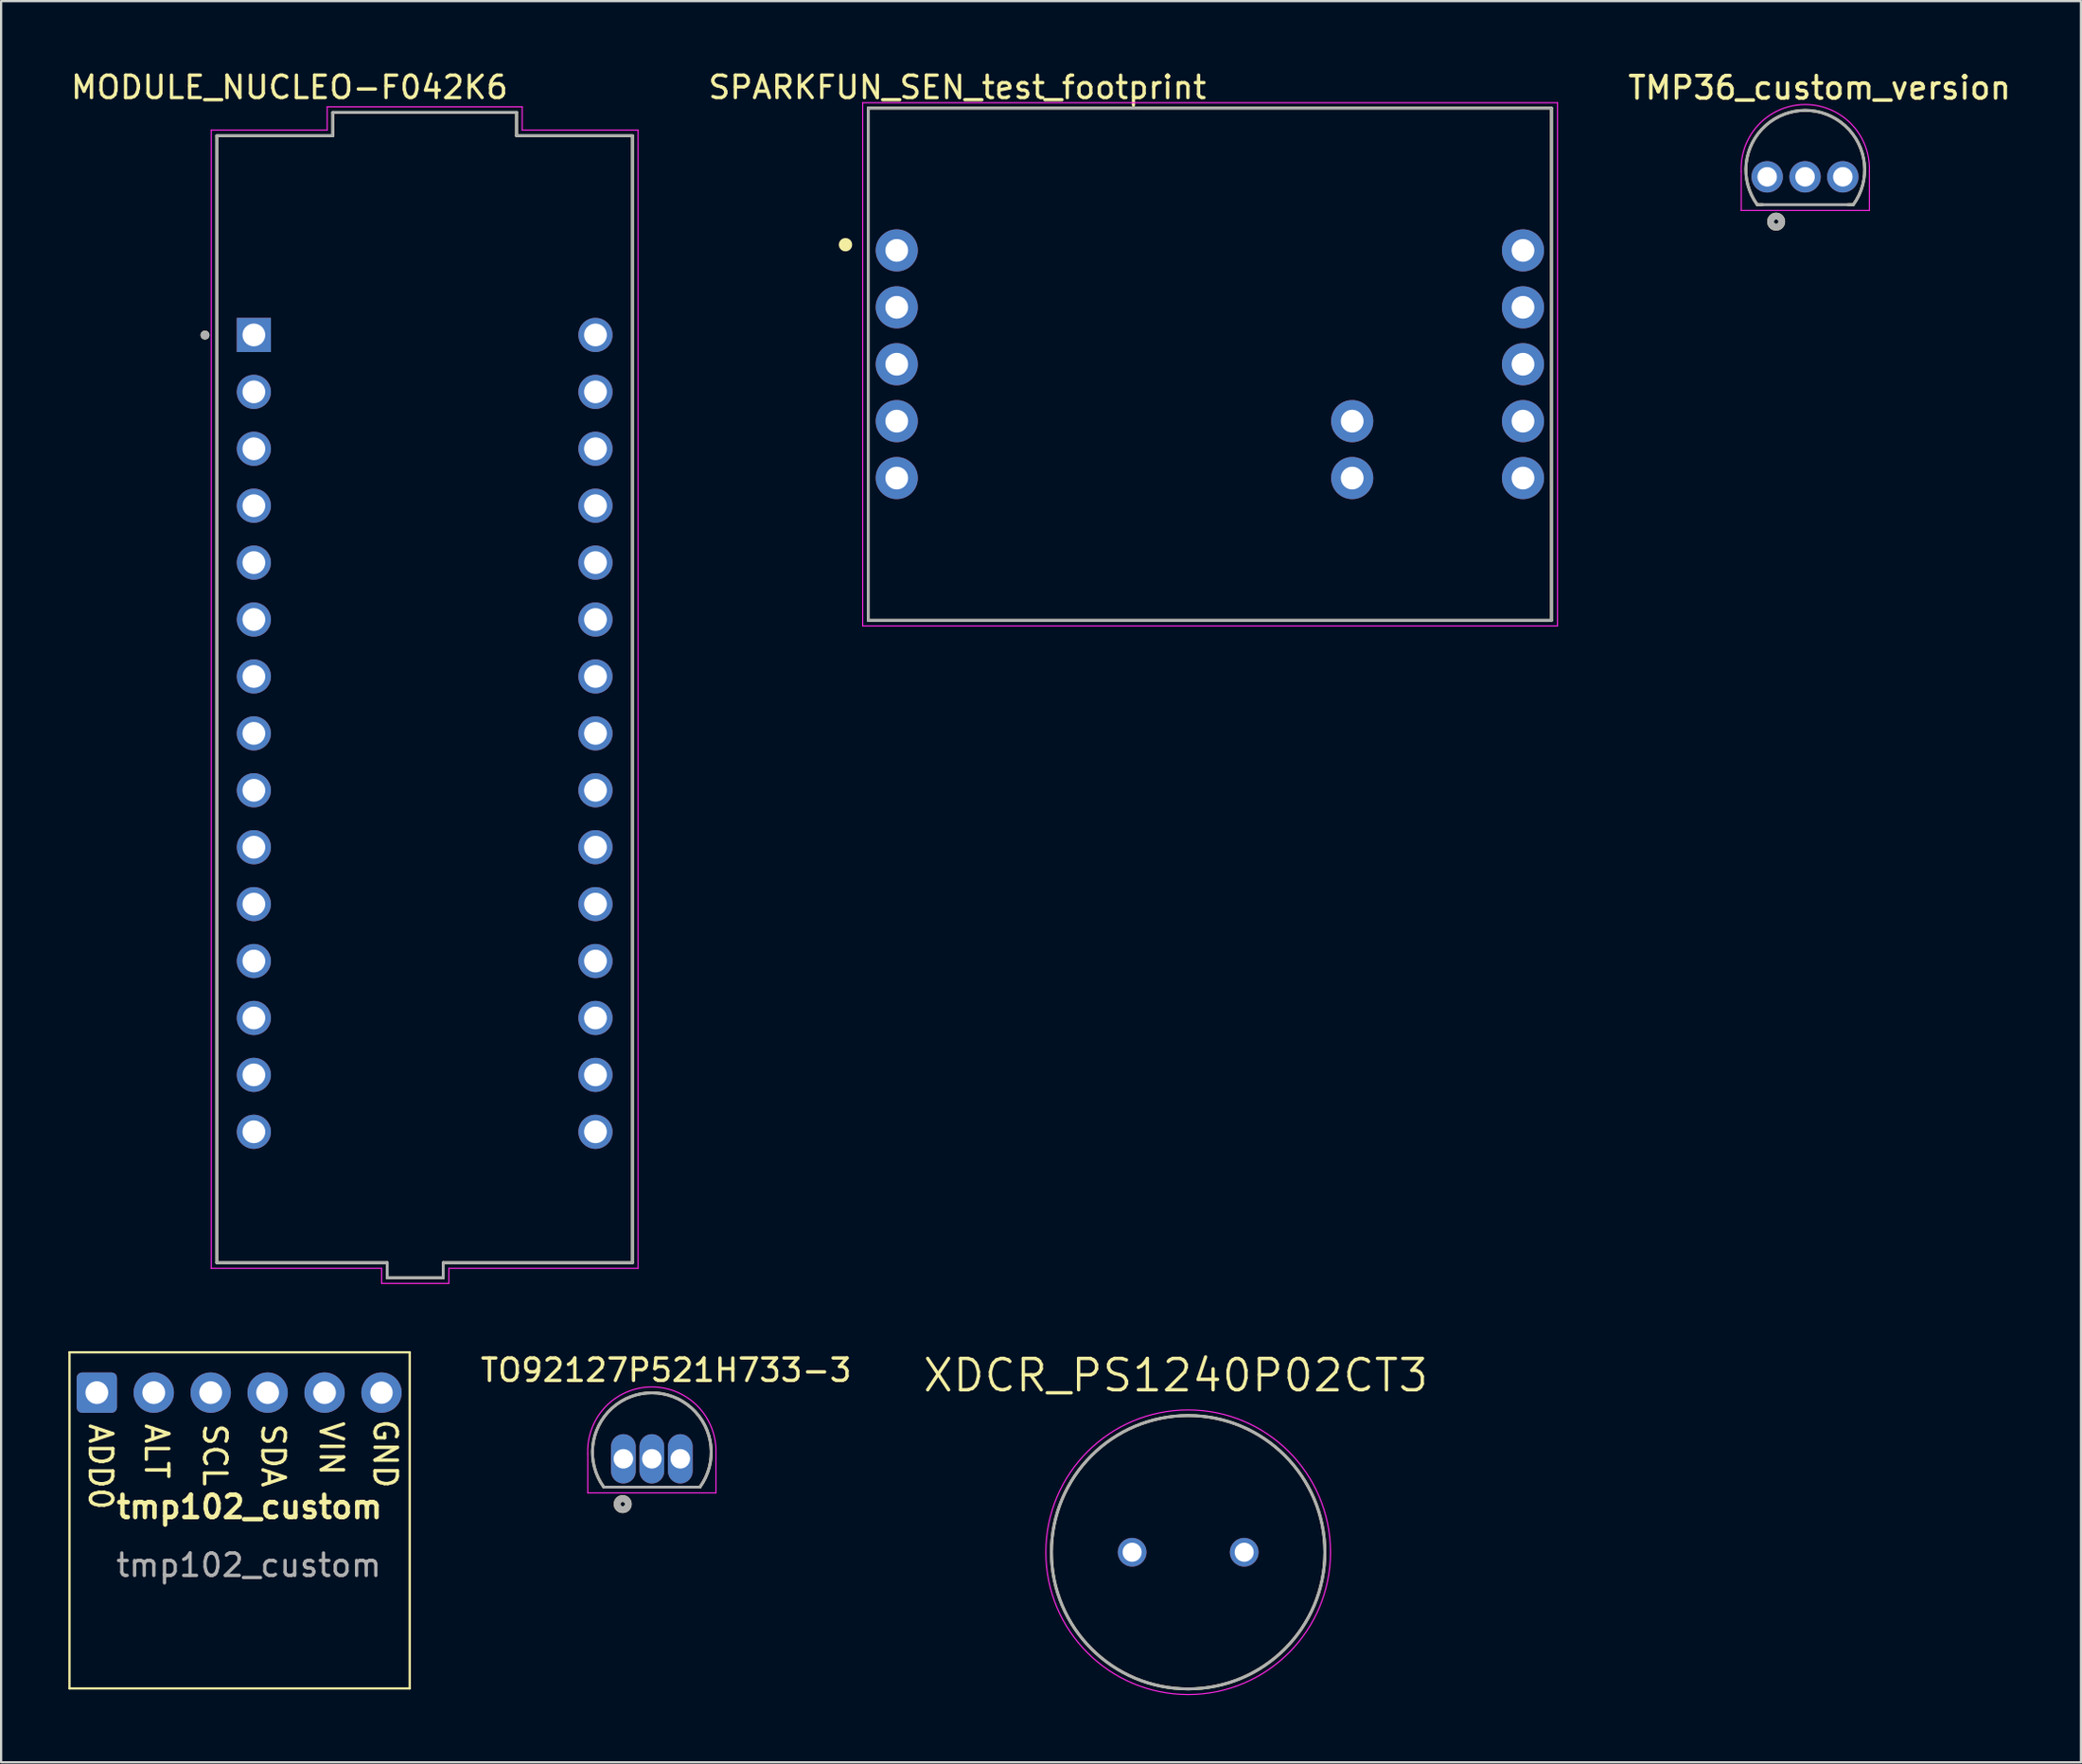
<source format=kicad_pcb>
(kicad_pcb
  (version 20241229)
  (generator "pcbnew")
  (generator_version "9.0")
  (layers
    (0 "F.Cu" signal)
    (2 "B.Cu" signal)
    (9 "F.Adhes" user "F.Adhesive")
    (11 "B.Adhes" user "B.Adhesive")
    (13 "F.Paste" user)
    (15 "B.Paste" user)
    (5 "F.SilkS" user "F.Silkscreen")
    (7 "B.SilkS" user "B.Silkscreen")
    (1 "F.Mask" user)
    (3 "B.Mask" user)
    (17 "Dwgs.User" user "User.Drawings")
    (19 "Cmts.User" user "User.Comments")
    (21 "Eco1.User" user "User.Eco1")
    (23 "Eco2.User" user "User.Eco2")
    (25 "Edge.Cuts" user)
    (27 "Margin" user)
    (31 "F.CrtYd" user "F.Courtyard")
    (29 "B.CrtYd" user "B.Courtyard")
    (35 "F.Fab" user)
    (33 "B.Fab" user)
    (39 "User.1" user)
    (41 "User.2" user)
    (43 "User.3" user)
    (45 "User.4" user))
  (footprint "TMP36_custom_version"
    (layer "F.Cu")
    (at 77.492 4.041)
    (property "Reference" "TMP36_custom_version" (at 0.635 -3.175 0) (layer "F.SilkS") (effects (font (size 1 1) (thickness 0.16))))
    (attr through_hole)
    (fp_line (start -2.144 2.043) (end -1.9 2.043) (stroke (width 0.127) (type solid)) (layer "F.SilkS"))
    (fp_line (start 1.906 2.043) (end 2.144 2.043) (stroke (width 0.127) (type solid)) (layer "F.SilkS"))
    (fp_arc (start -2.144 2.043) (mid 0 -2.164837) (end 2.144 2.043) (stroke (width 0.127) (type solid)) (layer "F.SilkS"))
    (fp_circle (center -1.3 2.8) (end -1.2 2.8) (stroke (width 0.3) (type solid)) (fill no) (layer "F.SilkS"))
    (fp_line (start -2.86 2.3) (end -2.86 0.563) (stroke (width 0.05) (type solid)) (layer "F.CrtYd"))
    (fp_line (start -2.86 2.3) (end 2.86 2.3) (stroke (width 0.05) (type solid)) (layer "F.CrtYd"))
    (fp_line (start 2.86 2.3) (end 2.86 0.563) (stroke (width 0.05) (type solid)) (layer "F.CrtYd"))
    (fp_arc (start -2.86 0.560001) (mid 0 -2.427595) (end 2.86 0.56) (stroke (width 0.05) (type solid)) (layer "F.CrtYd"))
    (fp_line (start -2.144 2.043) (end 2.144 2.043) (stroke (width 0.127) (type solid)) (layer "F.Fab"))
    (fp_arc (start -2.144 2.043) (mid 0 -2.164837) (end 2.144 2.043) (stroke (width 0.127) (type solid)) (layer "F.Fab"))
    (fp_circle (center -1.3 2.8) (end -1.2 2.8) (stroke (width 0.3) (type solid)) (fill no) (layer "F.Fab"))
    (pad "1" thru_hole circle (at -1.7 0.8) (size 1.4 1.4) (drill 0.87) (layers "*.Cu" "*.Mask"))
    (pad "2" thru_hole circle (at -0.01 0.8) (size 1.4 1.4) (drill 0.87) (layers "*.Cu" "*.Mask"))
    (pad "3" thru_hole circle (at 1.675 0.8) (size 1.4 1.4) (drill 0.87) (layers "*.Cu" "*.Mask")))
  (footprint "XDCR_PS1240P02CT3"
    (layer "F.Cu")
    (at 49.96 66.219)
    (property "Reference" "XDCR_PS1240P02CT3" (at -0.555 -7.889 0) (layer "F.SilkS") (effects (font (size 1.4 1.4) (thickness 0.15))))
    (attr through_hole)
    (fp_circle (center 0 0) (end 6.1 0) (stroke (width 0.127) (type solid)) (fill no) (layer "F.SilkS"))
    (fp_circle (center 0 0) (end 6.35 0) (stroke (width 0.05) (type solid)) (fill no) (layer "F.CrtYd"))
    (fp_circle (center 0 0) (end 6.1 0) (stroke (width 0.127) (type solid)) (fill no) (layer "F.Fab"))
    (pad "1" thru_hole circle (at -2.5 0) (size 1.28 1.28) (drill 0.85) (layers "*.Cu" "*.Mask"))
    (pad "2" thru_hole circle (at 2.5 0) (size 1.28 1.28) (drill 0.85) (layers "*.Cu" "*.Mask")))
  (footprint "SPARKFUN_SEN_test_footprint"
    (layer "F.Cu")
    (at 50.928 13.204)
    (property "Reference" "SPARKFUN_SEN_test_footprint" (at -11.266 -12.356 0) (layer "F.SilkS") (effects (font (size 1 1) (thickness 0.15))))
    (attr through_hole)
    (fp_line (start -15.24 -11.43) (end 15.24 -11.43) (stroke (width 0.127) (type solid)) (layer "F.SilkS"))
    (fp_line (start -15.24 11.43) (end -15.24 -11.43) (stroke (width 0.127) (type solid)) (layer "F.SilkS"))
    (fp_line (start 15.24 -11.43) (end 15.24 11.43) (stroke (width 0.127) (type solid)) (layer "F.SilkS"))
    (fp_line (start 15.24 11.43) (end -15.24 11.43) (stroke (width 0.127) (type solid)) (layer "F.SilkS"))
    (fp_circle (center -16.256 -5.334) (end -16.106 -5.334) (stroke (width 0.3) (type solid)) (fill no) (layer "F.SilkS"))
    (fp_line (start -15.49 -11.67) (end 15.51 -11.67) (stroke (width 0.05) (type solid)) (layer "F.CrtYd"))
    (fp_line (start -15.49 11.68) (end -15.49 -11.67) (stroke (width 0.05) (type solid)) (layer "F.CrtYd"))
    (fp_line (start 15.51 -11.67) (end 15.51 11.68) (stroke (width 0.05) (type solid)) (layer "F.CrtYd"))
    (fp_line (start 15.51 11.68) (end -15.49 11.68) (stroke (width 0.05) (type solid)) (layer "F.CrtYd"))
    (fp_line (start -15.24 -11.43) (end 15.24 -11.43) (stroke (width 0.127) (type solid)) (layer "F.Fab"))
    (fp_line (start -15.24 11.43) (end -15.24 -11.43) (stroke (width 0.127) (type solid)) (layer "F.Fab"))
    (fp_line (start 15.24 -11.43) (end 15.24 11.43) (stroke (width 0.127) (type solid)) (layer "F.Fab"))
    (fp_line (start 15.24 11.43) (end -15.24 11.43) (stroke (width 0.127) (type solid)) (layer "F.Fab"))
    (pad "1" thru_hole circle (at -13.97 -5.08) (size 1.88 1.88) (drill 1.016) (layers "*.Cu" "*.Mask"))
    (pad "2" thru_hole circle (at -13.97 -2.54) (size 1.88 1.88) (drill 1.016) (layers "*.Cu" "*.Mask"))
    (pad "3" thru_hole circle (at -13.97 0) (size 1.88 1.88) (drill 1.016) (layers "*.Cu" "*.Mask"))
    (pad "4" thru_hole circle (at -13.97 2.54) (size 1.88 1.88) (drill 1.016) (layers "*.Cu" "*.Mask"))
    (pad "5" thru_hole circle (at -13.97 5.08) (size 1.88 1.88) (drill 1.016) (layers "*.Cu" "*.Mask"))
    (pad "6" thru_hole circle (at 13.97 5.08) (size 1.88 1.88) (drill 1.016) (layers "*.Cu" "*.Mask"))
    (pad "7" thru_hole circle (at 13.97 2.54) (size 1.88 1.88) (drill 1.016) (layers "*.Cu" "*.Mask"))
    (pad "8" thru_hole circle (at 13.97 0) (size 1.88 1.88) (drill 1.016) (layers "*.Cu" "*.Mask"))
    (pad "9" thru_hole circle (at 13.97 -2.54) (size 1.88 1.88) (drill 1.016) (layers "*.Cu" "*.Mask"))
    (pad "10" thru_hole circle (at 13.97 -5.08) (size 1.88 1.88) (drill 1.016) (layers "*.Cu" "*.Mask"))
    (pad "11" thru_hole circle (at 6.35 2.54) (size 1.88 1.88) (drill 1.016) (layers "*.Cu" "*.Mask"))
    (pad "12" thru_hole circle (at 6.35 5.08) (size 1.88 1.88) (drill 1.016) (layers "*.Cu" "*.Mask")))
  (footprint "tmp102_custom"
    (layer "F.Cu")
    (at 8.05 64.297)
    (property "Reference" "tmp102_custom" (at 0.03 -0.1 0) (unlocked yes) (layer "F.SilkS") (effects (font (size 1 1) (thickness 0.2) (bold yes))))
    (attr through_hole)
    (fp_line (start -8 -7) (end -8 8) (stroke (width 0.1) (type default)) (layer "F.SilkS"))
    (fp_line (start -8 8) (end 7.18 8) (stroke (width 0.1) (type default)) (layer "F.SilkS"))
    (fp_line (start 7.18 -7) (end -8 -7) (stroke (width 0.1) (type default)) (layer "F.SilkS"))
    (fp_line (start 7.18 8) (end 7.18 -7) (stroke (width 0.1) (type default)) (layer "F.SilkS"))
    (fp_text user "ADD0" (at -7.2 -3.9 270) (unlocked yes) (layer "F.SilkS") (effects (font (size 1 1) (thickness 0.153) (bold yes)) (justify left bottom)))
    (fp_text user "ALT" (at -4.7 -3.9 270) (unlocked yes) (layer "F.SilkS") (effects (font (size 1 1) (thickness 0.153) (bold yes)) (justify left bottom)))
    (fp_text user "GND" (at 5.5 -4.1 270) (unlocked yes) (layer "F.SilkS") (effects (font (size 1 1) (thickness 0.153) (bold yes)) (justify left bottom)))
    (fp_text user "VIN" (at 3.1 -4 270) (unlocked yes) (layer "F.SilkS") (effects (font (size 1 1) (thickness 0.153) (bold yes)) (justify left bottom)))
    (fp_text user "SCL" (at -2.1 -3.9 270) (unlocked yes) (layer "F.SilkS") (effects (font (size 1 1) (thickness 0.153) (bold yes)) (justify left bottom)))
    (fp_text user "SDA" (at 0.5 -3.9 270) (unlocked yes) (layer "F.SilkS") (effects (font (size 1 1) (thickness 0.153) (bold yes)) (justify left bottom)))
    (fp_text user "${REFERENCE}" (at 0 2.5 0) (unlocked yes) (layer "F.Fab") (effects (font (size 1 1) (thickness 0.15))))
    (pad "1" thru_hole circle (at 5.92 -5.2) (size 1.8 1.8) (drill 1) (layers "*.Cu" "*.Mask"))
    (pad "2" thru_hole circle (at 3.38 -5.2) (size 1.8 1.8) (drill 1.016) (layers "*.Cu" "*.Mask"))
    (pad "3" thru_hole circle (at 0.84 -5.2) (size 1.8 1.8) (drill 1.016) (layers "*.Cu" "*.Mask"))
    (pad "4" thru_hole circle (at -1.7 -5.2 270) (size 1.8 1.8) (drill 1.016) (layers "*.Cu" "*.Mask"))
    (pad "5" thru_hole circle (at -4.24 -5.2 270) (size 1.8 1.8) (drill 1.016) (layers "*.Cu" "*.Mask"))
    (pad "6" thru_hole roundrect (at -6.78 -5.2 270) (size 1.8 1.8) (drill 1.016) (layers "*.Cu" "*.Mask") (roundrect_rratio 0.133))
    (zone (net_name "") (layer "F.SilkS") (hatch edge 0.5) (connect_pads) (min_thickness 0.25) (filled_areas_thickness no) (keepout (tracks allowed) (vias allowed) (pads not_allowed) (copperpour allowed) (footprints not_allowed)) (placement (enabled no)) (fill) (polygon (pts (xy 0.05 72.297) (xy 15.23 72.297) (xy 15.23 57.297) (xy 0.05 57.297)))))
  (footprint "MODULE_NUCLEO-F042K6"
    (layer "F.Cu")
    (at 15.896 28.153)
    (property "Reference" "MODULE_NUCLEO-F042K6" (at -6.032 -27.305 0) (layer "F.SilkS") (effects (font (size 1 1) (thickness 0.15))))
    (attr through_hole)
    (fp_line (start -9.271 -25.146) (end -4.1 -25.146) (stroke (width 0.127) (type solid)) (layer "F.SilkS"))
    (fp_line (start -9.271 25.146) (end -9.271 -25.146) (stroke (width 0.127) (type solid)) (layer "F.SilkS"))
    (fp_line (start -4.1 -26.186) (end 4.1 -26.186) (stroke (width 0.127) (type solid)) (layer "F.SilkS"))
    (fp_line (start -4.1 -25.146) (end -4.1 -26.186) (stroke (width 0.127) (type solid)) (layer "F.SilkS"))
    (fp_line (start -1.671 25.146) (end -9.271 25.146) (stroke (width 0.127) (type solid)) (layer "F.SilkS"))
    (fp_line (start -1.671 25.146) (end -1.671 25.819) (stroke (width 0.127) (type solid)) (layer "F.SilkS"))
    (fp_line (start -1.671 25.819) (end 0.829 25.819) (stroke (width 0.127) (type solid)) (layer "F.SilkS"))
    (fp_line (start 0.829 25.819) (end 0.829 25.146) (stroke (width 0.127) (type solid)) (layer "F.SilkS"))
    (fp_line (start 4.1 -26.186) (end 4.1 -25.146) (stroke (width 0.127) (type solid)) (layer "F.SilkS"))
    (fp_line (start 4.1 -25.146) (end 9.271 -25.146) (stroke (width 0.127) (type solid)) (layer "F.SilkS"))
    (fp_line (start 9.271 -25.146) (end 9.271 25.146) (stroke (width 0.127) (type solid)) (layer "F.SilkS"))
    (fp_line (start 9.271 25.146) (end 0.829 25.146) (stroke (width 0.127) (type solid)) (layer "F.SilkS"))
    (fp_circle (center -9.8 -16.25) (end -9.7 -16.25) (stroke (width 0.2) (type solid)) (fill no) (layer "F.SilkS"))
    (fp_line (start -9.521 -25.396) (end -4.35 -25.396) (stroke (width 0.05) (type solid)) (layer "F.CrtYd"))
    (fp_line (start -9.521 25.396) (end -9.521 -25.396) (stroke (width 0.05) (type solid)) (layer "F.CrtYd"))
    (fp_line (start -4.35 -26.436) (end 4.35 -26.436) (stroke (width 0.05) (type solid)) (layer "F.CrtYd"))
    (fp_line (start -4.35 -25.396) (end -4.35 -26.436) (stroke (width 0.05) (type solid)) (layer "F.CrtYd"))
    (fp_line (start -1.921 25.396) (end -9.521 25.396) (stroke (width 0.05) (type solid)) (layer "F.CrtYd"))
    (fp_line (start -1.921 25.396) (end -1.921 26.069) (stroke (width 0.05) (type solid)) (layer "F.CrtYd"))
    (fp_line (start -1.921 26.069) (end 1.079 26.069) (stroke (width 0.05) (type solid)) (layer "F.CrtYd"))
    (fp_line (start 1.079 26.069) (end 1.079 25.396) (stroke (width 0.05) (type solid)) (layer "F.CrtYd"))
    (fp_line (start 4.35 -26.436) (end 4.35 -25.396) (stroke (width 0.05) (type solid)) (layer "F.CrtYd"))
    (fp_line (start 4.35 -25.396) (end 9.521 -25.396) (stroke (width 0.05) (type solid)) (layer "F.CrtYd"))
    (fp_line (start 9.521 -25.396) (end 9.521 25.396) (stroke (width 0.05) (type solid)) (layer "F.CrtYd"))
    (fp_line (start 9.521 25.396) (end 1.079 25.396) (stroke (width 0.05) (type solid)) (layer "F.CrtYd"))
    (fp_line (start -9.271 -25.146) (end -4.1 -25.146) (stroke (width 0.127) (type solid)) (layer "F.Fab"))
    (fp_line (start -9.271 25.146) (end -9.271 -25.146) (stroke (width 0.127) (type solid)) (layer "F.Fab"))
    (fp_line (start -4.1 -26.186) (end 4.1 -26.186) (stroke (width 0.127) (type solid)) (layer "F.Fab"))
    (fp_line (start -4.1 -25.146) (end -4.1 -26.186) (stroke (width 0.127) (type solid)) (layer "F.Fab"))
    (fp_line (start -1.671 25.146) (end -9.271 25.146) (stroke (width 0.127) (type solid)) (layer "F.Fab"))
    (fp_line (start -1.671 25.146) (end -1.671 25.819) (stroke (width 0.127) (type solid)) (layer "F.Fab"))
    (fp_line (start -1.671 25.819) (end 0.829 25.819) (stroke (width 0.127) (type solid)) (layer "F.Fab"))
    (fp_line (start 0.829 25.819) (end 0.829 25.146) (stroke (width 0.127) (type solid)) (layer "F.Fab"))
    (fp_line (start 4.1 -26.186) (end 4.1 -25.146) (stroke (width 0.127) (type solid)) (layer "F.Fab"))
    (fp_line (start 4.1 -25.146) (end 9.271 -25.146) (stroke (width 0.127) (type solid)) (layer "F.Fab"))
    (fp_line (start 9.271 -25.146) (end 9.271 25.146) (stroke (width 0.127) (type solid)) (layer "F.Fab"))
    (fp_line (start 9.271 25.146) (end 0.829 25.146) (stroke (width 0.127) (type solid)) (layer "F.Fab"))
    (fp_circle (center -9.8 -16.25) (end -9.7 -16.25) (stroke (width 0.2) (type solid)) (fill no) (layer "F.Fab"))
    (pad "CN3_1" thru_hole rect (at -7.62 -16.256) (size 1.524 1.524) (drill 1.016) (layers "*.Cu" "*.Mask"))
    (pad "CN3_2" thru_hole circle (at -7.62 -13.716) (size 1.524 1.524) (drill 1.016) (layers "*.Cu" "*.Mask"))
    (pad "CN3_3" thru_hole circle (at -7.62 -11.176) (size 1.524 1.524) (drill 1.016) (layers "*.Cu" "*.Mask"))
    (pad "CN3_4" thru_hole circle (at -7.62 -8.636) (size 1.524 1.524) (drill 1.016) (layers "*.Cu" "*.Mask"))
    (pad "CN3_5" thru_hole circle (at -7.62 -6.096) (size 1.524 1.524) (drill 1.016) (layers "*.Cu" "*.Mask"))
    (pad "CN3_6" thru_hole circle (at -7.62 -3.556) (size 1.524 1.524) (drill 1.016) (layers "*.Cu" "*.Mask"))
    (pad "CN3_7" thru_hole circle (at -7.62 -1.016) (size 1.524 1.524) (drill 1.016) (layers "*.Cu" "*.Mask"))
    (pad "CN3_8" thru_hole circle (at -7.62 1.524) (size 1.524 1.524) (drill 1.016) (layers "*.Cu" "*.Mask"))
    (pad "CN3_9" thru_hole circle (at -7.62 4.064) (size 1.524 1.524) (drill 1.016) (layers "*.Cu" "*.Mask"))
    (pad "CN3_10" thru_hole circle (at -7.62 6.604) (size 1.524 1.524) (drill 1.016) (layers "*.Cu" "*.Mask"))
    (pad "CN3_11" thru_hole circle (at -7.62 9.144) (size 1.524 1.524) (drill 1.016) (layers "*.Cu" "*.Mask"))
    (pad "CN3_12" thru_hole circle (at -7.62 11.684) (size 1.524 1.524) (drill 1.016) (layers "*.Cu" "*.Mask"))
    (pad "CN3_13" thru_hole circle (at -7.62 14.224) (size 1.524 1.524) (drill 1.016) (layers "*.Cu" "*.Mask"))
    (pad "CN3_14" thru_hole circle (at -7.62 16.764) (size 1.524 1.524) (drill 1.016) (layers "*.Cu" "*.Mask"))
    (pad "CN3_15" thru_hole circle (at -7.62 19.304) (size 1.524 1.524) (drill 1.016) (layers "*.Cu" "*.Mask"))
    (pad "CN4_1" thru_hole circle (at 7.62 -16.256) (size 1.524 1.524) (drill 1.016) (layers "*.Cu" "*.Mask"))
    (pad "CN4_2" thru_hole circle (at 7.62 -13.716) (size 1.524 1.524) (drill 1.016) (layers "*.Cu" "*.Mask"))
    (pad "CN4_3" thru_hole circle (at 7.62 -11.176) (size 1.524 1.524) (drill 1.016) (layers "*.Cu" "*.Mask"))
    (pad "CN4_4" thru_hole circle (at 7.62 -8.636) (size 1.524 1.524) (drill 1.016) (layers "*.Cu" "*.Mask"))
    (pad "CN4_5" thru_hole circle (at 7.62 -6.096) (size 1.524 1.524) (drill 1.016) (layers "*.Cu" "*.Mask"))
    (pad "CN4_6" thru_hole circle (at 7.62 -3.556) (size 1.524 1.524) (drill 1.016) (layers "*.Cu" "*.Mask"))
    (pad "CN4_7" thru_hole circle (at 7.62 -1.016) (size 1.524 1.524) (drill 1.016) (layers "*.Cu" "*.Mask"))
    (pad "CN4_8" thru_hole circle (at 7.62 1.524) (size 1.524 1.524) (drill 1.016) (layers "*.Cu" "*.Mask"))
    (pad "CN4_9" thru_hole circle (at 7.62 4.064) (size 1.524 1.524) (drill 1.016) (layers "*.Cu" "*.Mask"))
    (pad "CN4_10" thru_hole circle (at 7.62 6.604) (size 1.524 1.524) (drill 1.016) (layers "*.Cu" "*.Mask"))
    (pad "CN4_11" thru_hole circle (at 7.62 9.144) (size 1.524 1.524) (drill 1.016) (layers "*.Cu" "*.Mask"))
    (pad "CN4_12" thru_hole circle (at 7.62 11.684) (size 1.524 1.524) (drill 1.016) (layers "*.Cu" "*.Mask"))
    (pad "CN4_13" thru_hole circle (at 7.62 14.224) (size 1.524 1.524) (drill 1.016) (layers "*.Cu" "*.Mask"))
    (pad "CN4_14" thru_hole circle (at 7.62 16.764) (size 1.524 1.524) (drill 1.016) (layers "*.Cu" "*.Mask"))
    (pad "CN4_15" thru_hole circle (at 7.62 19.304) (size 1.524 1.524) (drill 1.016) (layers "*.Cu" "*.Mask")))
  (footprint "TO92127P521H733-3"
    (layer "F.Cu")
    (at 26.032 61.27)
    (property "Reference" "TO92127P521H733-3" (at 0.635 -3.175 0) (layer "F.SilkS") (effects (font (size 1 1) (thickness 0.15))))
    (attr through_hole)
    (fp_line (start -2.144 2.043) (end -1.9 2.043) (stroke (width 0.127) (type solid)) (layer "F.SilkS"))
    (fp_line (start 1.906 2.043) (end 2.144 2.043) (stroke (width 0.127) (type solid)) (layer "F.SilkS"))
    (fp_arc (start -2.144 2.043) (mid 0 -2.164837) (end 2.144 2.043) (stroke (width 0.127) (type solid)) (layer "F.SilkS"))
    (fp_circle (center -1.3 2.8) (end -1.2 2.8) (stroke (width 0.3) (type solid)) (fill no) (layer "F.SilkS"))
    (fp_line (start -2.86 2.3) (end -2.86 0.563) (stroke (width 0.05) (type solid)) (layer "F.CrtYd"))
    (fp_line (start -2.86 2.3) (end 2.86 2.3) (stroke (width 0.05) (type solid)) (layer "F.CrtYd"))
    (fp_line (start 2.86 2.3) (end 2.86 0.563) (stroke (width 0.05) (type solid)) (layer "F.CrtYd"))
    (fp_arc (start -2.86 0.560001) (mid 0 -2.427595) (end 2.86 0.56) (stroke (width 0.05) (type solid)) (layer "F.CrtYd"))
    (fp_line (start -2.144 2.043) (end 2.144 2.043) (stroke (width 0.127) (type solid)) (layer "F.Fab"))
    (fp_arc (start -2.144 2.043) (mid 0 -2.164837) (end 2.144 2.043) (stroke (width 0.127) (type solid)) (layer "F.Fab"))
    (fp_circle (center -1.3 2.8) (end -1.2 2.8) (stroke (width 0.3) (type solid)) (fill no) (layer "F.Fab"))
    (pad "1" thru_hole oval (at -1.27 0.78) (size 1.1 2.2) (drill 0.87) (layers "*.Cu" "*.Mask"))
    (pad "2" thru_hole oval (at 0 0.78) (size 1.1 2.2) (drill 0.87) (layers "*.Cu" "*.Mask"))
    (pad "3" thru_hole oval (at 1.27 0.78) (size 1.1 2.2) (drill 0.87) (layers "*.Cu" "*.Mask")))
  (gr_rect
    (start -3 -3)
    (end 89.791 75.594)
    (stroke (width 0.1) (type default))
    (fill no)
    (layer "Edge.Cuts")))
</source>
